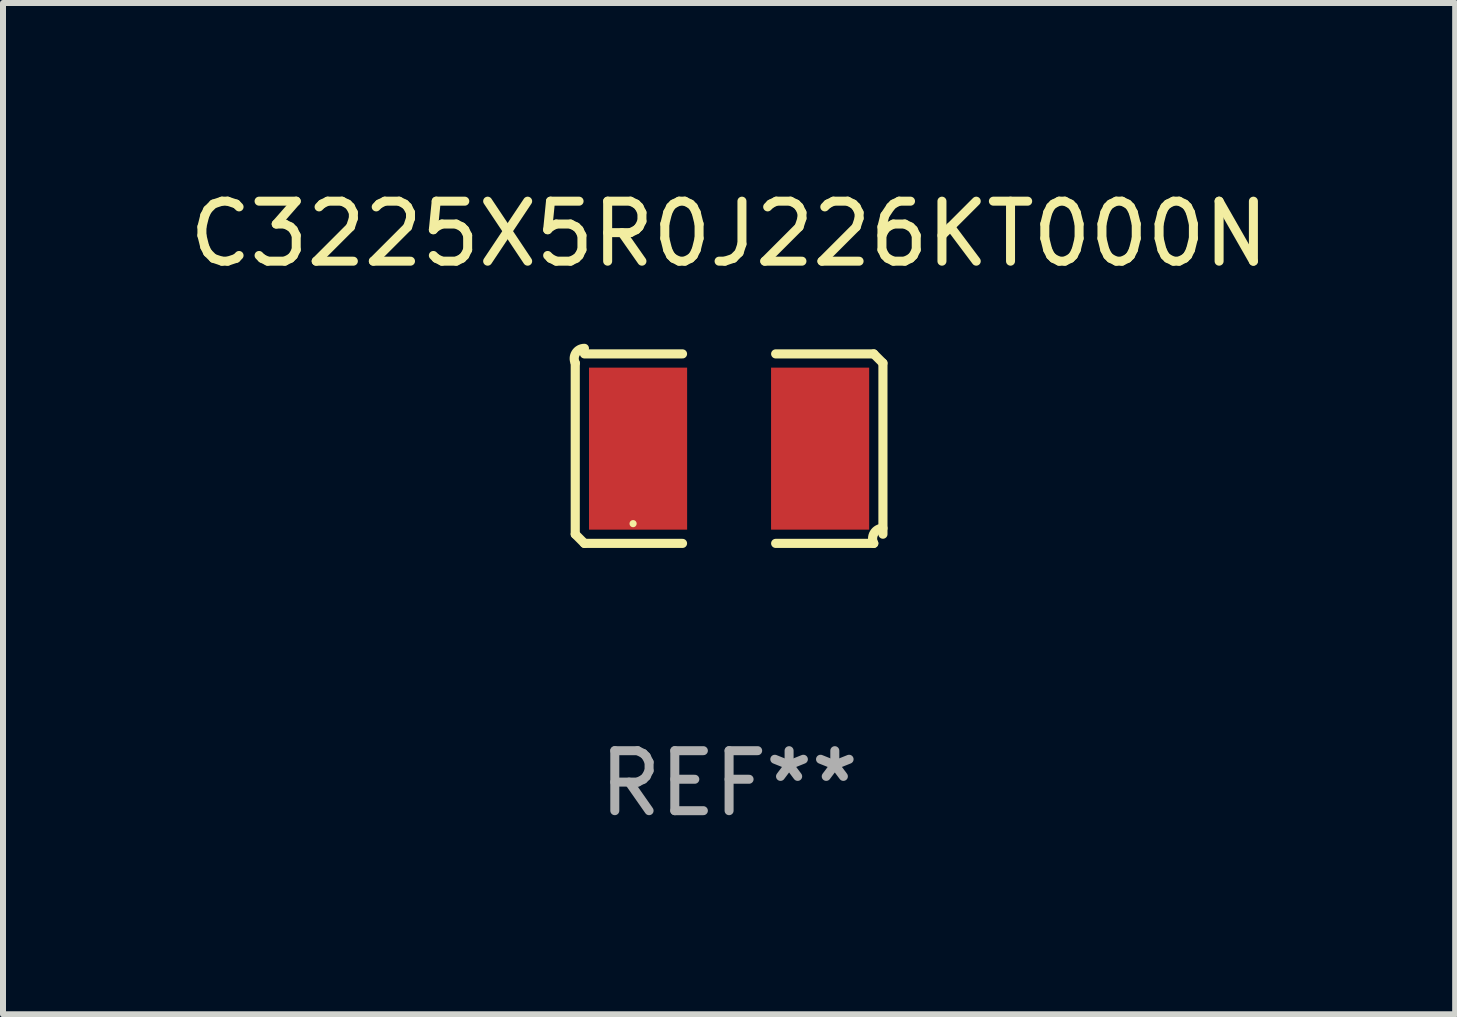
<source format=kicad_pcb>
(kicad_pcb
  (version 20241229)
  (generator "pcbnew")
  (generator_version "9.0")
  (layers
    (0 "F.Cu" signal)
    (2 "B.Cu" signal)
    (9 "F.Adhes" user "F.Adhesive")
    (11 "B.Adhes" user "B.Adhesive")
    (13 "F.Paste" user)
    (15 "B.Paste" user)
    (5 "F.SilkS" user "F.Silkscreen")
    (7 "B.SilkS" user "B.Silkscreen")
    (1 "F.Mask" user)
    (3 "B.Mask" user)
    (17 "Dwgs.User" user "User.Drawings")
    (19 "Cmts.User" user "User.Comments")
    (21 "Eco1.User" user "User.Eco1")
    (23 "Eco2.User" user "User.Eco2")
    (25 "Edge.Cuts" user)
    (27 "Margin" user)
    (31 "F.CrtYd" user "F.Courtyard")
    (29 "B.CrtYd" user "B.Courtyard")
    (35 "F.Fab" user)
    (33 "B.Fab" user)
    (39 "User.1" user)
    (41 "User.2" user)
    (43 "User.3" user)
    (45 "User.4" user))
  (footprint "C3225X5R0J226KT000N"
    (layer "F.Cu")
    (at 9.101 4.427)
    (property "Reference" "C3225X5R0J226KT000N" (at 0 -3.579 0) (layer "F.SilkS") (effects (font (size 1 1) (thickness 0.15))))
    (attr through_hole)
    (fp_line (start -2.564 1.426) (end -2.564 -1.426) (stroke (width 0.152) (type solid)) (layer "F.SilkS"))
    (fp_line (start -2.411 -1.579) (end -0.776 -1.579) (stroke (width 0.152) (type solid)) (layer "F.SilkS"))
    (fp_line (start -0.776 1.579) (end -2.411 1.579) (stroke (width 0.152) (type solid)) (layer "F.SilkS"))
    (fp_line (start 0.776 1.579) (end 2.411 1.579) (stroke (width 0.152) (type solid)) (layer "F.SilkS"))
    (fp_line (start 2.411 -1.579) (end 0.776 -1.579) (stroke (width 0.152) (type solid)) (layer "F.SilkS"))
    (fp_line (start 2.564 1.426) (end 2.564 -1.426) (stroke (width 0.152) (type solid)) (layer "F.SilkS"))
    (fp_arc (start -2.563602 -1.426213) (mid -2.555597 -1.591233) (end -2.411201 -1.671518) (stroke (width 0.1524) (type solid)) (layer "F.SilkS"))
    (fp_arc (start -2.5636 1.426214) (mid -2.487389 1.502402) (end -2.411201 1.578613) (stroke (width 0.1524) (type solid)) (layer "F.SilkS"))
    (fp_arc (start 2.411197 -1.578618) (mid 2.487403 -1.502419) (end 2.563602 -1.426213) (stroke (width 0.1524) (type solid)) (layer "F.SilkS"))
    (fp_arc (start 2.411201 1.578613) (mid 2.416214 1.409455) (end 2.563602 1.32629) (stroke (width 0.1524) (type solid)) (layer "F.SilkS"))
    (fp_circle (center -1.6 1.25) (end -1.57 1.25) (stroke (width 0.06) (type solid)) (fill no) (layer "F.SilkS"))
    (fp_text user "REF**" (at 0 5.579 0) (layer "F.Fab") (effects (font (size 1 1) (thickness 0.15))))
    (pad "1" smd rect (at -1.517 0) (size 1.635 2.7) (layers "F.Cu" "F.Mask" "F.Paste"))
    (pad "2" smd rect (at 1.517 0) (size 1.635 2.7) (layers "F.Cu" "F.Mask" "F.Paste")))
  (gr_rect
    (start -3 -3)
    (end 21.202 13.854)
    (stroke (width 0.1) (type default))
    (fill no)
    (layer "Edge.Cuts")))
</source>
